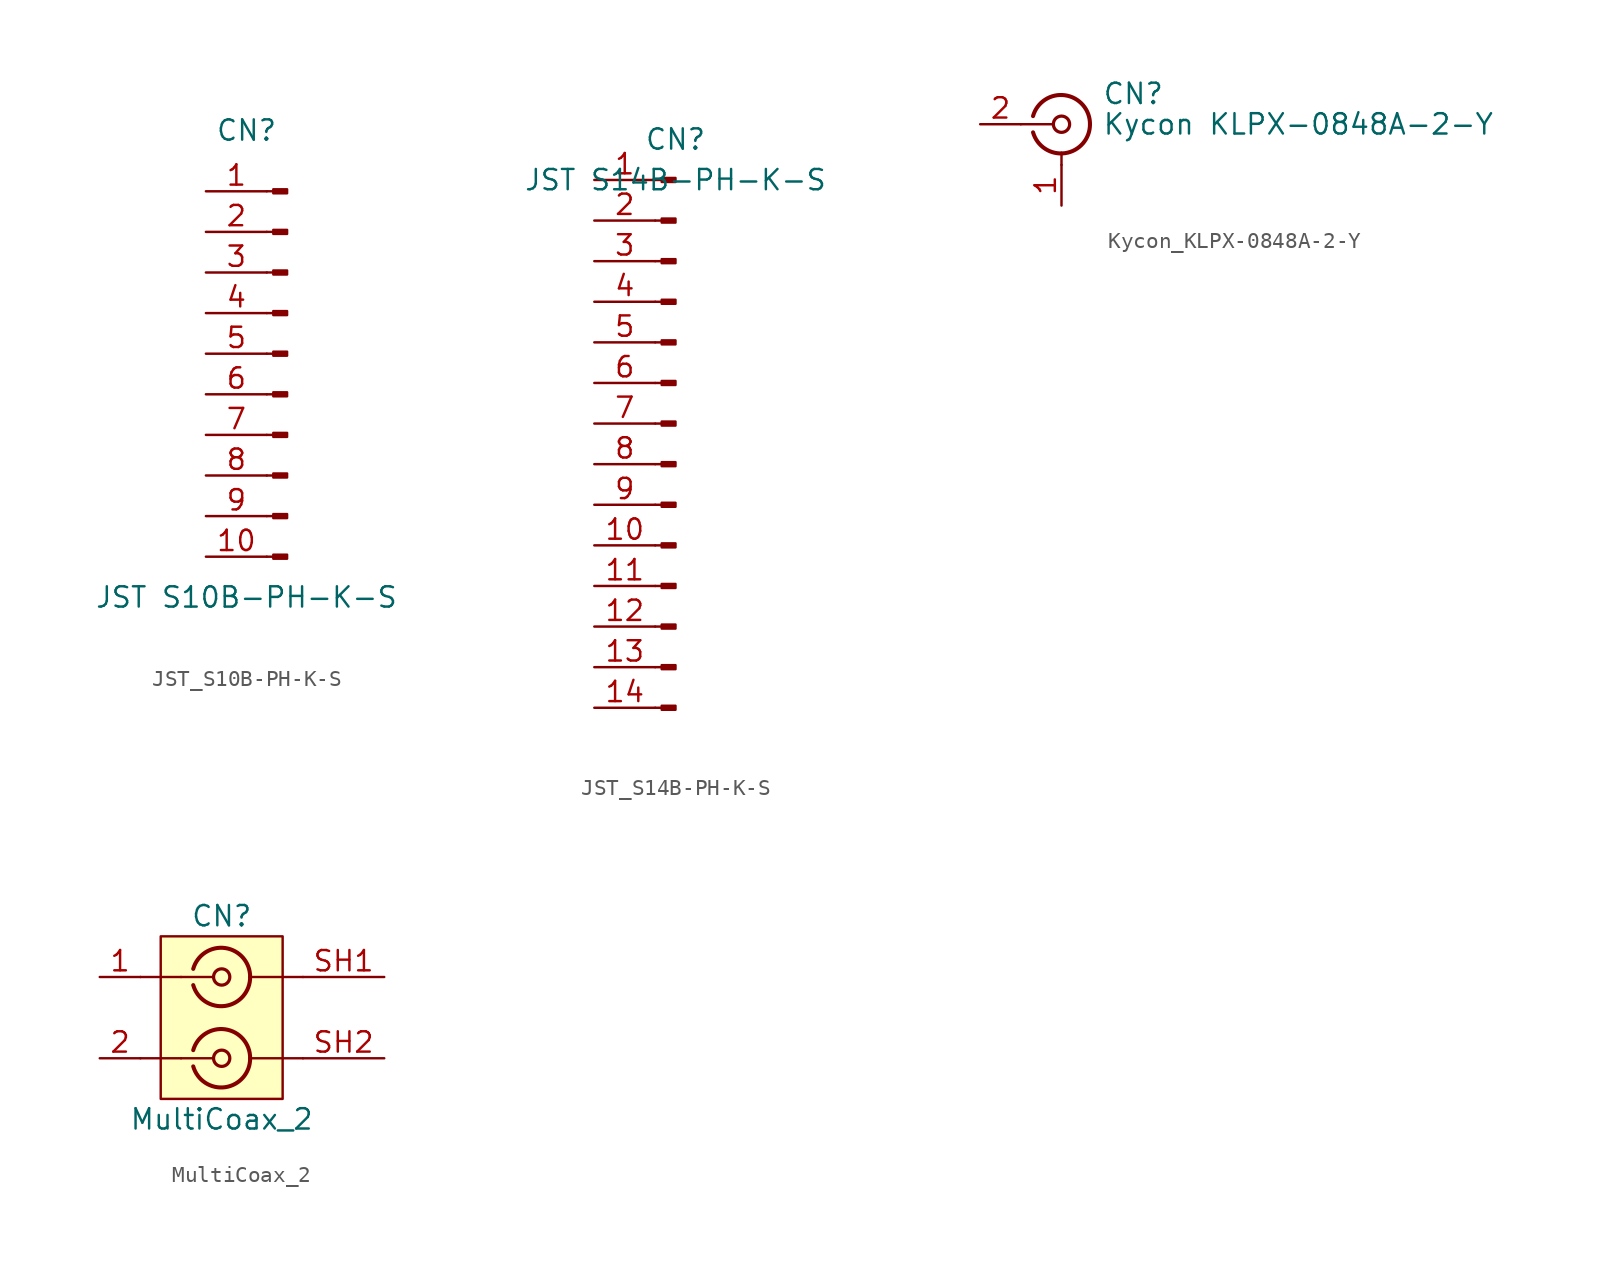
<source format=kicad_sym>
(kicad_symbol_lib
  (version 20220914)
  (generator kicad_symbol_editor)
  (symbol "JST_S10B-PH-K-S"
    (pin_names hide)
    (property "Reference" "CN"
      (at -2.54 3.81 0)
      (effects (font (size 1.27 1.27))))
    (property "Value" "JST S10B-PH-K-S"
      (at -2.54 -25.4 0)
      (effects (font (size 1.27 1.27))))
    (symbol "JST_S10B-PH-K-S_1_1"
      (rectangle (start 0 -22.987) (end -0.864 -22.733) (stroke (width 0.152) (type default)) (fill (type outline)))
      (rectangle (start 0 -20.447) (end -0.864 -20.193) (stroke (width 0.152) (type default)) (fill (type outline)))
      (rectangle (start 0 -17.907) (end -0.864 -17.653) (stroke (width 0.152) (type default)) (fill (type outline)))
      (rectangle (start 0 -15.367) (end -0.864 -15.113) (stroke (width 0.152) (type default)) (fill (type outline)))
      (rectangle (start 0 -12.827) (end -0.864 -12.573) (stroke (width 0.152) (type default)) (fill (type outline)))
      (rectangle (start 0 -10.287) (end -0.864 -10.033) (stroke (width 0.152) (type default)) (fill (type outline)))
      (rectangle (start 0 -7.747) (end -0.864 -7.493) (stroke (width 0.152) (type default)) (fill (type outline)))
      (rectangle (start 0 -5.207) (end -0.864 -4.953) (stroke (width 0.152) (type default)) (fill (type outline)))
      (rectangle (start 0 -2.667) (end -0.864 -2.413) (stroke (width 0.152) (type default)) (fill (type outline)))
      (rectangle (start 0 -0.127) (end -0.864 0.127) (stroke (width 0.152) (type default)) (fill (type outline)))
      (polyline (pts (xy -1.27 -22.86) (xy -0.864 -22.86)) (stroke (width 0.152) (type default)) (fill (type none)))
      (polyline (pts (xy -1.27 -20.32) (xy -0.864 -20.32)) (stroke (width 0.152) (type default)) (fill (type none)))
      (polyline (pts (xy -1.27 -17.78) (xy -0.864 -17.78)) (stroke (width 0.152) (type default)) (fill (type none)))
      (polyline (pts (xy -1.27 -15.24) (xy -0.864 -15.24)) (stroke (width 0.152) (type default)) (fill (type none)))
      (polyline (pts (xy -1.27 -12.7) (xy -0.864 -12.7)) (stroke (width 0.152) (type default)) (fill (type none)))
      (polyline (pts (xy -1.27 -10.16) (xy -0.864 -10.16)) (stroke (width 0.152) (type default)) (fill (type none)))
      (polyline (pts (xy -1.27 -7.62) (xy -0.864 -7.62)) (stroke (width 0.152) (type default)) (fill (type none)))
      (polyline (pts (xy -1.27 -5.08) (xy -0.864 -5.08)) (stroke (width 0.152) (type default)) (fill (type none)))
      (polyline (pts (xy -1.27 -2.54) (xy -0.864 -2.54)) (stroke (width 0.152) (type default)) (fill (type none)))
      (polyline (pts (xy -1.27 0) (xy -0.864 0)) (stroke (width 0.152) (type default)) (fill (type none)))
      (pin passive line (at -5.08 0 0) (length 3.81) (name "Pin_1" (effects (font (size 1.27 1.27)))) (number "1" (effects (font (size 1.27 1.27)))))
      (pin passive line (at -5.08 -22.86 0) (length 3.81) (name "Pin_10" (effects (font (size 1.27 1.27)))) (number "10" (effects (font (size 1.27 1.27)))))
      (pin passive line (at -5.08 -2.54 0) (length 3.81) (name "Pin_2" (effects (font (size 1.27 1.27)))) (number "2" (effects (font (size 1.27 1.27)))))
      (pin passive line (at -5.08 -5.08 0) (length 3.81) (name "Pin_3" (effects (font (size 1.27 1.27)))) (number "3" (effects (font (size 1.27 1.27)))))
      (pin passive line (at -5.08 -7.62 0) (length 3.81) (name "Pin_4" (effects (font (size 1.27 1.27)))) (number "4" (effects (font (size 1.27 1.27)))))
      (pin passive line (at -5.08 -10.16 0) (length 3.81) (name "Pin_5" (effects (font (size 1.27 1.27)))) (number "5" (effects (font (size 1.27 1.27)))))
      (pin passive line (at -5.08 -12.7 0) (length 3.81) (name "Pin_6" (effects (font (size 1.27 1.27)))) (number "6" (effects (font (size 1.27 1.27)))))
      (pin passive line (at -5.08 -15.24 0) (length 3.81) (name "Pin_7" (effects (font (size 1.27 1.27)))) (number "7" (effects (font (size 1.27 1.27)))))
      (pin passive line (at -5.08 -17.78 0) (length 3.81) (name "Pin_8" (effects (font (size 1.27 1.27)))) (number "8" (effects (font (size 1.27 1.27)))))
      (pin passive line (at -5.08 -20.32 0) (length 3.81) (name "Pin_9" (effects (font (size 1.27 1.27)))) (number "9" (effects (font (size 1.27 1.27)))))))
  (symbol "JST_S14B-PH-K-S"
    (pin_names hide)
    (property "Reference" "CN"
      (at 0 2.54 0)
      (effects (font (size 1.27 1.27))))
    (property "Value" "JST S14B-PH-K-S"
      (at 0 0 0)
      (effects (font (size 1.27 1.27))))
    (symbol "JST_S14B-PH-K-S_1_1"
      (rectangle (start -0.864 -32.893) (end 0 -33.147) (stroke (width 0.152) (type default)) (fill (type outline)))
      (rectangle (start -0.864 -30.353) (end 0 -30.607) (stroke (width 0.152) (type default)) (fill (type outline)))
      (rectangle (start -0.864 -27.813) (end 0 -28.067) (stroke (width 0.152) (type default)) (fill (type outline)))
      (rectangle (start -0.864 -25.273) (end 0 -25.527) (stroke (width 0.152) (type default)) (fill (type outline)))
      (rectangle (start -0.864 -22.733) (end 0 -22.987) (stroke (width 0.152) (type default)) (fill (type outline)))
      (rectangle (start 0 -20.447) (end -0.864 -20.193) (stroke (width 0.152) (type default)) (fill (type outline)))
      (rectangle (start 0 -17.907) (end -0.864 -17.653) (stroke (width 0.152) (type default)) (fill (type outline)))
      (rectangle (start 0 -15.367) (end -0.864 -15.113) (stroke (width 0.152) (type default)) (fill (type outline)))
      (rectangle (start 0 -12.827) (end -0.864 -12.573) (stroke (width 0.152) (type default)) (fill (type outline)))
      (rectangle (start 0 -10.287) (end -0.864 -10.033) (stroke (width 0.152) (type default)) (fill (type outline)))
      (rectangle (start 0 -7.747) (end -0.864 -7.493) (stroke (width 0.152) (type default)) (fill (type outline)))
      (rectangle (start 0 -5.207) (end -0.864 -4.953) (stroke (width 0.152) (type default)) (fill (type outline)))
      (rectangle (start 0 -2.667) (end -0.864 -2.413) (stroke (width 0.152) (type default)) (fill (type outline)))
      (rectangle (start 0 -0.127) (end -0.864 0.127) (stroke (width 0.152) (type default)) (fill (type outline)))
      (polyline (pts (xy -1.27 -33.02) (xy -0.864 -33.02)) (stroke (width 0.152) (type default)) (fill (type none)))
      (polyline (pts (xy -1.27 -30.48) (xy -0.864 -30.48)) (stroke (width 0.152) (type default)) (fill (type none)))
      (polyline (pts (xy -1.27 -27.94) (xy -0.864 -27.94)) (stroke (width 0.152) (type default)) (fill (type none)))
      (polyline (pts (xy -1.27 -25.4) (xy -0.864 -25.4)) (stroke (width 0.152) (type default)) (fill (type none)))
      (polyline (pts (xy -1.27 -22.86) (xy -0.864 -22.86)) (stroke (width 0.152) (type default)) (fill (type none)))
      (polyline (pts (xy -1.27 -20.32) (xy -0.864 -20.32)) (stroke (width 0.152) (type default)) (fill (type none)))
      (polyline (pts (xy -1.27 -17.78) (xy -0.864 -17.78)) (stroke (width 0.152) (type default)) (fill (type none)))
      (polyline (pts (xy -1.27 -15.24) (xy -0.864 -15.24)) (stroke (width 0.152) (type default)) (fill (type none)))
      (polyline (pts (xy -1.27 -12.7) (xy -0.864 -12.7)) (stroke (width 0.152) (type default)) (fill (type none)))
      (polyline (pts (xy -1.27 -10.16) (xy -0.864 -10.16)) (stroke (width 0.152) (type default)) (fill (type none)))
      (polyline (pts (xy -1.27 -7.62) (xy -0.864 -7.62)) (stroke (width 0.152) (type default)) (fill (type none)))
      (polyline (pts (xy -1.27 -5.08) (xy -0.864 -5.08)) (stroke (width 0.152) (type default)) (fill (type none)))
      (polyline (pts (xy -1.27 -2.54) (xy -0.864 -2.54)) (stroke (width 0.152) (type default)) (fill (type none)))
      (polyline (pts (xy -1.27 0) (xy -0.864 0)) (stroke (width 0.152) (type default)) (fill (type none)))
      (pin passive line (at -5.08 0 0) (length 3.81) (name "Pin_1" (effects (font (size 1.27 1.27)))) (number "1" (effects (font (size 1.27 1.27)))))
      (pin passive line (at -5.08 -22.86 0) (length 3.81) (name "Pin_10" (effects (font (size 1.27 1.27)))) (number "10" (effects (font (size 1.27 1.27)))))
      (pin passive line (at -5.08 -25.4 0) (length 3.81) (name "Pin_11" (effects (font (size 1.27 1.27)))) (number "11" (effects (font (size 1.27 1.27)))))
      (pin passive line (at -5.08 -27.94 0) (length 3.81) (name "Pin_12" (effects (font (size 1.27 1.27)))) (number "12" (effects (font (size 1.27 1.27)))))
      (pin passive line (at -5.08 -30.48 0) (length 3.81) (name "Pin_13" (effects (font (size 1.27 1.27)))) (number "13" (effects (font (size 1.27 1.27)))))
      (pin passive line (at -5.08 -33.02 0) (length 3.81) (name "Pin_14" (effects (font (size 1.27 1.27)))) (number "14" (effects (font (size 1.27 1.27)))))
      (pin passive line (at -5.08 -2.54 0) (length 3.81) (name "Pin_2" (effects (font (size 1.27 1.27)))) (number "2" (effects (font (size 1.27 1.27)))))
      (pin passive line (at -5.08 -5.08 0) (length 3.81) (name "Pin_3" (effects (font (size 1.27 1.27)))) (number "3" (effects (font (size 1.27 1.27)))))
      (pin passive line (at -5.08 -7.62 0) (length 3.81) (name "Pin_4" (effects (font (size 1.27 1.27)))) (number "4" (effects (font (size 1.27 1.27)))))
      (pin passive line (at -5.08 -10.16 0) (length 3.81) (name "Pin_5" (effects (font (size 1.27 1.27)))) (number "5" (effects (font (size 1.27 1.27)))))
      (pin passive line (at -5.08 -12.7 0) (length 3.81) (name "Pin_6" (effects (font (size 1.27 1.27)))) (number "6" (effects (font (size 1.27 1.27)))))
      (pin passive line (at -5.08 -15.24 0) (length 3.81) (name "Pin_7" (effects (font (size 1.27 1.27)))) (number "7" (effects (font (size 1.27 1.27)))))
      (pin passive line (at -5.08 -17.78 0) (length 3.81) (name "Pin_8" (effects (font (size 1.27 1.27)))) (number "8" (effects (font (size 1.27 1.27)))))
      (pin passive line (at -5.08 -20.32 0) (length 3.81) (name "Pin_9" (effects (font (size 1.27 1.27)))) (number "9" (effects (font (size 1.27 1.27)))))))
  (symbol "Kycon_KLPX-0848A-2-Y"
    (property "Reference" "CN"
      (at 2.54 1.905 0)
      (effects (font (size 1.27 1.27)) (justify left)))
    (property "Value" "Kycon KLPX-0848A-2-Y"
      (at 2.54 0 0)
      (effects (font (size 1.27 1.27)) (justify left)))
    (symbol "Kycon_KLPX-0848A-2-Y_0_1"
      (arc (start -1.778 -0.508) (mid 0.2311 -1.8066) (end 1.778 0) (stroke (width 0.254) (type default)) (fill (type none)))
      (polyline (pts (xy -2.54 0) (xy -0.508 0)) (stroke (width 0) (type default)) (fill (type none)))
      (polyline (pts (xy 0 -2.54) (xy 0 -1.778)) (stroke (width 0) (type default)) (fill (type none)))
      (circle (center 0 0) (radius 0.508) (stroke (width 0.203) (type default)) (fill (type none)))
      (arc (start 1.778 0) (mid 0.2099 1.8101) (end -1.778 0.508) (stroke (width 0.254) (type default)) (fill (type none))))
    (symbol "Kycon_KLPX-0848A-2-Y_1_1"
      (pin passive line (at 0 -5.08 90) (length 2.54) (name "~" (effects (font (size 1.27 1.27)))) (number "1" (effects (font (size 1.27 1.27)))))
      (pin passive line (at -5.08 0 0) (length 2.54) (name "~" (effects (font (size 1.27 1.27)))) (number "2" (effects (font (size 1.27 1.27)))))))
  (symbol "MultiCoax_2"
    (pin_names hide)
    (property "Reference" "CN"
      (at 0 3.81 0)
      (do_not_autoplace)
      (effects (font (size 1.27 1.27))))
    (property "Value" "MultiCoax_2"
      (at 0 -8.89 0)
      (do_not_autoplace)
      (effects (font (size 1.27 1.27))))
    (symbol "MultiCoax_2_0_1"
      (arc (start -1.778 -5.588) (mid 0.222 -6.888) (end 1.778 -5.08) (stroke (width 0.254) (type default)) (fill (type none)))
      (arc (start -1.778 -0.508) (mid 0.2311 -1.8066) (end 1.778 0) (stroke (width 0.254) (type default)) (fill (type none)))
      (circle (center 0 -5.08) (radius 0.508) (stroke (width 0.203) (type default)) (fill (type none)))
      (polyline (pts (xy -2.54 -5.08) (xy -0.508 -5.08)) (stroke (width 0) (type default)) (fill (type none)))
      (polyline (pts (xy -2.54 0) (xy -0.508 0)) (stroke (width 0) (type default)) (fill (type none)))
      (polyline (pts (xy 5.08 -5.08) (xy 1.778 -5.08)) (stroke (width 0) (type default)) (fill (type none)))
      (polyline (pts (xy 5.08 0) (xy 1.778 0)) (stroke (width 0) (type default)) (fill (type none)))
      (circle (center 0 0) (radius 0.508) (stroke (width 0.203) (type default)) (fill (type none)))
      (arc (start 1.778 -5.08) (mid 0.2221 -3.2717) (end -1.778 -4.572) (stroke (width 0.254) (type default)) (fill (type none)))
      (arc (start 1.778 0) (mid 0.2099 1.8101) (end -1.778 0.508) (stroke (width 0.254) (type default)) (fill (type none))))
    (symbol "MultiCoax_2_1_1"
      (rectangle (start -3.81 2.54) (end 3.81 -7.62) (stroke (width 0) (type default)) (fill (type background)))
      (polyline (pts (xy -5.08 -5.08) (xy -2.54 -5.08)) (stroke (width 0) (type default)) (fill (type none)))
      (polyline (pts (xy -2.54 0) (xy -5.08 0)) (stroke (width 0) (type default)) (fill (type none)))
      (pin passive line (at -7.62 0 0) (length 2.54) (name "In" (effects (font (size 1.27 1.27)))) (number "1" (effects (font (size 1.27 1.27)))))
      (pin passive line (at -7.62 -5.08 0) (length 2.54) (name "In" (effects (font (size 1.27 1.27)))) (number "2" (effects (font (size 1.27 1.27)))))
      (pin passive line (at 10.16 0 180) (length 5.08) (name "Ext" (effects (font (size 1.27 1.27)))) (number "SH1" (effects (font (size 1.27 1.27)))))
      (pin passive line (at 10.16 -5.08 180) (length 5.08) (name "Ext" (effects (font (size 1.27 1.27)))) (number "SH2" (effects (font (size 1.27 1.27))))))))
</source>
